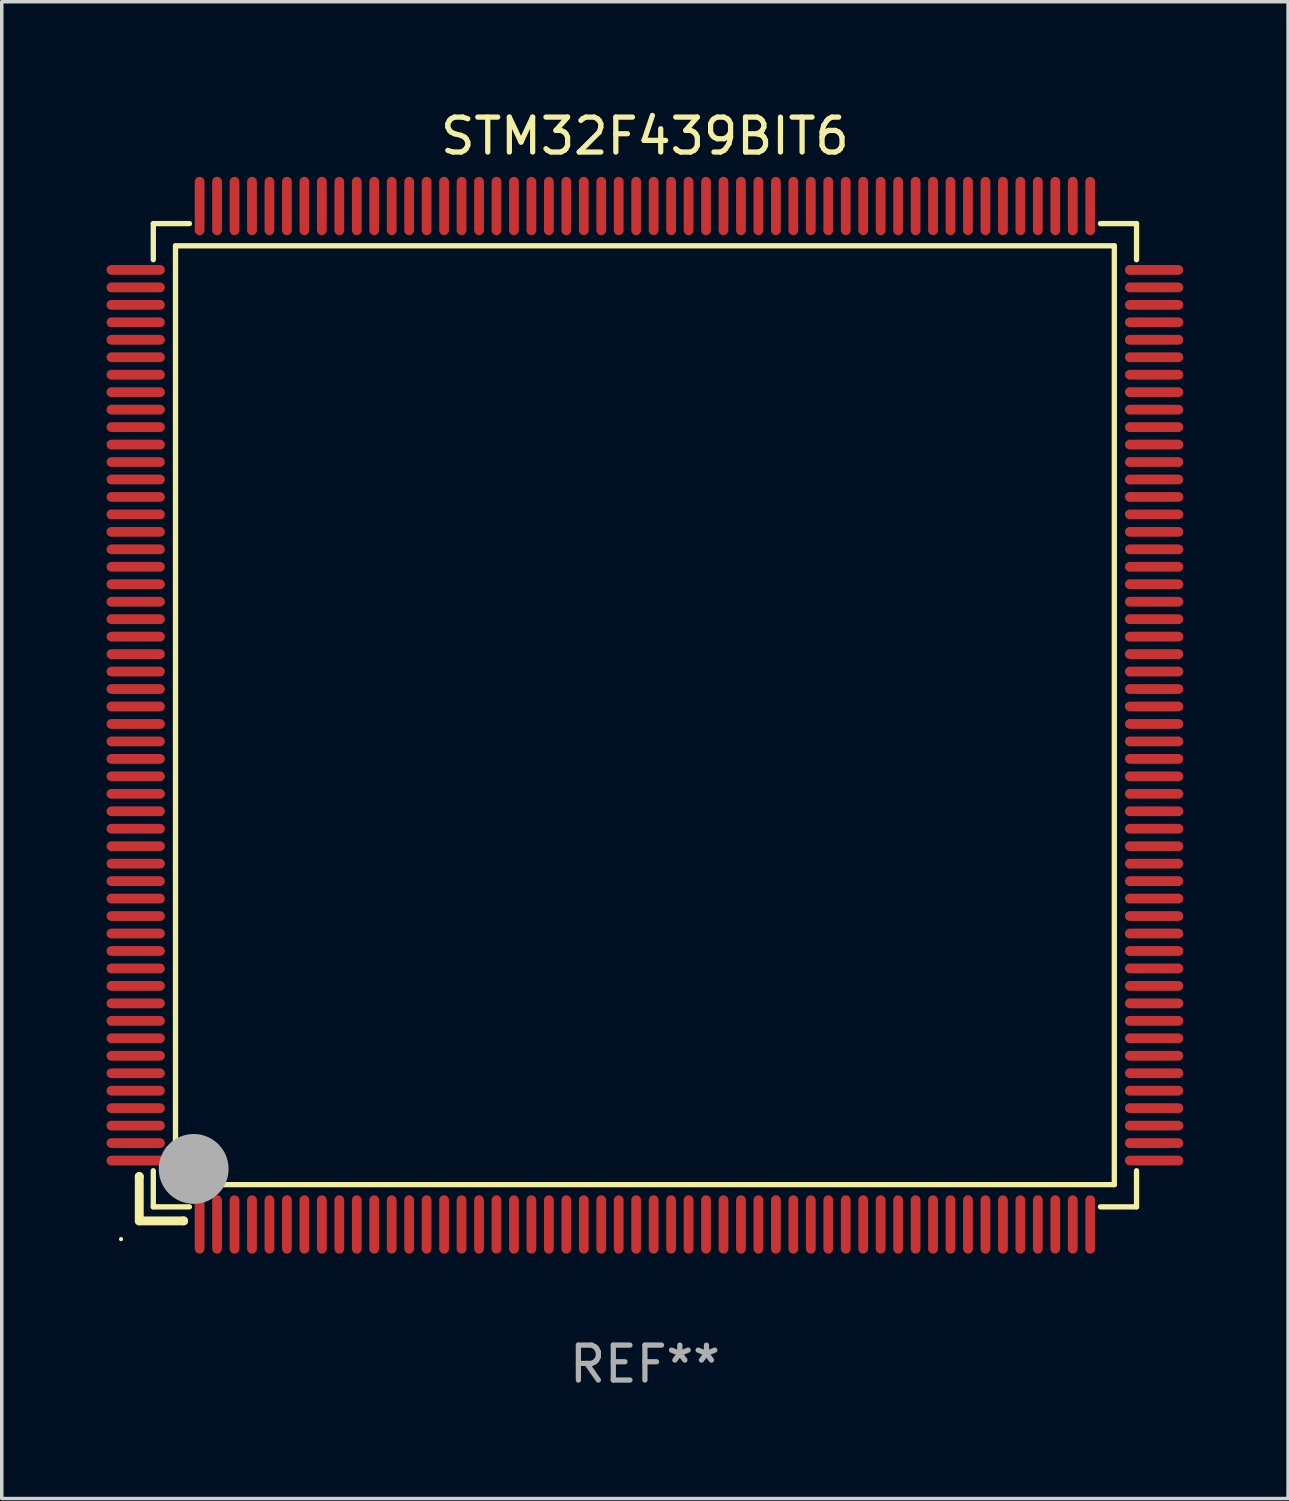
<source format=kicad_pcb>
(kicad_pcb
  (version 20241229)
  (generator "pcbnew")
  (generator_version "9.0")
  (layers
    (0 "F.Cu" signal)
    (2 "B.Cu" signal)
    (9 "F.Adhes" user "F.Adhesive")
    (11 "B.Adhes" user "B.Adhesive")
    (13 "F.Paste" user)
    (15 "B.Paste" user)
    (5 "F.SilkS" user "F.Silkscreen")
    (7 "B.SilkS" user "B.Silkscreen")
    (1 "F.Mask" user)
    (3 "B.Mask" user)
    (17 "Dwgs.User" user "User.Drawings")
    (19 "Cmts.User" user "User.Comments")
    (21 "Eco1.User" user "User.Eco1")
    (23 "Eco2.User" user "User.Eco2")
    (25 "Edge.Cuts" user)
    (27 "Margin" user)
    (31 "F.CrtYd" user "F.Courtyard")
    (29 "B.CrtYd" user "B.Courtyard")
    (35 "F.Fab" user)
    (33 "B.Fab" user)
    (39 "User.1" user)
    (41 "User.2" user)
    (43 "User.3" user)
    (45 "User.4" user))
  (footprint "STM32F439BIT6"
    (layer "F.Cu")
    (at 15.415 17.428)
    (property "Reference" "STM32F439BIT6" (at 0 -16.58 0) (layer "F.SilkS") (effects (font (size 1 1) (thickness 0.15))))
    (attr through_hole)
    (fp_line (start -14.478 13.208) (end -14.478 13.208) (stroke (width 0.254) (type solid)) (layer "F.SilkS"))
    (fp_line (start -14.478 13.208) (end -14.478 14.478) (stroke (width 0.254) (type solid)) (layer "F.SilkS"))
    (fp_line (start -14.478 14.478) (end -13.208 14.478) (stroke (width 0.254) (type solid)) (layer "F.SilkS"))
    (fp_line (start -14.076 -14.076) (end -14.076 -13.042) (stroke (width 0.152) (type solid)) (layer "F.SilkS"))
    (fp_line (start -14.076 14.076) (end -14.076 13.042) (stroke (width 0.152) (type solid)) (layer "F.SilkS"))
    (fp_line (start -13.44 -13.44) (end 13.44 -13.44) (stroke (width 0.152) (type solid)) (layer "F.SilkS"))
    (fp_line (start -13.44 13.44) (end -13.44 -13.44) (stroke (width 0.152) (type solid)) (layer "F.SilkS"))
    (fp_line (start -13.208 14.478) (end -13.208 14.478) (stroke (width 0.254) (type solid)) (layer "F.SilkS"))
    (fp_line (start -13.042 -14.076) (end -14.076 -14.076) (stroke (width 0.152) (type solid)) (layer "F.SilkS"))
    (fp_line (start -13.042 14.076) (end -14.076 14.076) (stroke (width 0.152) (type solid)) (layer "F.SilkS"))
    (fp_line (start 13.042 -14.076) (end 14.076 -14.076) (stroke (width 0.152) (type solid)) (layer "F.SilkS"))
    (fp_line (start 13.042 14.076) (end 14.076 14.076) (stroke (width 0.152) (type solid)) (layer "F.SilkS"))
    (fp_line (start 13.44 -13.44) (end 13.44 13.44) (stroke (width 0.152) (type solid)) (layer "F.SilkS"))
    (fp_line (start 13.44 13.44) (end -13.44 13.44) (stroke (width 0.152) (type solid)) (layer "F.SilkS"))
    (fp_line (start 14.076 -14.076) (end 14.076 -13.042) (stroke (width 0.152) (type solid)) (layer "F.SilkS"))
    (fp_line (start 14.076 14.076) (end 14.076 13.042) (stroke (width 0.152) (type solid)) (layer "F.SilkS"))
    (fp_circle (center -15 15) (end -14.97 15) (stroke (width 0.06) (type solid)) (fill no) (layer "F.SilkS"))
    (fp_circle (center -13.138 13.138) (end -13.063 13.138) (stroke (width 0.15) (type solid)) (fill no) (layer "F.SilkS"))
    (fp_circle (center -12.92 12.99) (end -12.42 12.99) (stroke (width 1) (type solid)) (fill no) (layer "F.Fab"))
    (fp_text user "REF**" (at 0 18.58 0) (layer "F.Fab") (effects (font (size 1 1) (thickness 0.15))))
    (pad "1" smd oval (at -12.75 14.58) (size 0.28 1.67) (layers "F.Cu" "F.Mask" "F.Paste"))
    (pad "2" smd oval (at -12.25 14.58) (size 0.28 1.67) (layers "F.Cu" "F.Mask" "F.Paste"))
    (pad "3" smd oval (at -11.75 14.58) (size 0.28 1.67) (layers "F.Cu" "F.Mask" "F.Paste"))
    (pad "4" smd oval (at -11.25 14.58) (size 0.28 1.67) (layers "F.Cu" "F.Mask" "F.Paste"))
    (pad "5" smd oval (at -10.75 14.58) (size 0.28 1.67) (layers "F.Cu" "F.Mask" "F.Paste"))
    (pad "6" smd oval (at -10.25 14.58) (size 0.28 1.67) (layers "F.Cu" "F.Mask" "F.Paste"))
    (pad "7" smd oval (at -9.75 14.58) (size 0.28 1.67) (layers "F.Cu" "F.Mask" "F.Paste"))
    (pad "8" smd oval (at -9.25 14.58) (size 0.28 1.67) (layers "F.Cu" "F.Mask" "F.Paste"))
    (pad "9" smd oval (at -8.75 14.58) (size 0.28 1.67) (layers "F.Cu" "F.Mask" "F.Paste"))
    (pad "10" smd oval (at -8.25 14.58) (size 0.28 1.67) (layers "F.Cu" "F.Mask" "F.Paste"))
    (pad "11" smd oval (at -7.75 14.58) (size 0.28 1.67) (layers "F.Cu" "F.Mask" "F.Paste"))
    (pad "12" smd oval (at -7.25 14.58) (size 0.28 1.67) (layers "F.Cu" "F.Mask" "F.Paste"))
    (pad "13" smd oval (at -6.75 14.58) (size 0.28 1.67) (layers "F.Cu" "F.Mask" "F.Paste"))
    (pad "14" smd oval (at -6.25 14.58) (size 0.28 1.67) (layers "F.Cu" "F.Mask" "F.Paste"))
    (pad "15" smd oval (at -5.75 14.58) (size 0.28 1.67) (layers "F.Cu" "F.Mask" "F.Paste"))
    (pad "16" smd oval (at -5.25 14.58) (size 0.28 1.67) (layers "F.Cu" "F.Mask" "F.Paste"))
    (pad "17" smd oval (at -4.75 14.58) (size 0.28 1.67) (layers "F.Cu" "F.Mask" "F.Paste"))
    (pad "18" smd oval (at -4.25 14.58) (size 0.28 1.67) (layers "F.Cu" "F.Mask" "F.Paste"))
    (pad "19" smd oval (at -3.75 14.58) (size 0.28 1.67) (layers "F.Cu" "F.Mask" "F.Paste"))
    (pad "20" smd oval (at -3.25 14.58) (size 0.28 1.67) (layers "F.Cu" "F.Mask" "F.Paste"))
    (pad "21" smd oval (at -2.75 14.58) (size 0.28 1.67) (layers "F.Cu" "F.Mask" "F.Paste"))
    (pad "22" smd oval (at -2.25 14.58) (size 0.28 1.67) (layers "F.Cu" "F.Mask" "F.Paste"))
    (pad "23" smd oval (at -1.75 14.58) (size 0.28 1.67) (layers "F.Cu" "F.Mask" "F.Paste"))
    (pad "24" smd oval (at -1.25 14.58) (size 0.28 1.67) (layers "F.Cu" "F.Mask" "F.Paste"))
    (pad "25" smd oval (at -0.75 14.58) (size 0.28 1.67) (layers "F.Cu" "F.Mask" "F.Paste"))
    (pad "26" smd oval (at -0.25 14.58) (size 0.28 1.67) (layers "F.Cu" "F.Mask" "F.Paste"))
    (pad "27" smd oval (at 0.25 14.58) (size 0.28 1.67) (layers "F.Cu" "F.Mask" "F.Paste"))
    (pad "28" smd oval (at 0.75 14.58) (size 0.28 1.67) (layers "F.Cu" "F.Mask" "F.Paste"))
    (pad "29" smd oval (at 1.25 14.58) (size 0.28 1.67) (layers "F.Cu" "F.Mask" "F.Paste"))
    (pad "30" smd oval (at 1.75 14.58) (size 0.28 1.67) (layers "F.Cu" "F.Mask" "F.Paste"))
    (pad "31" smd oval (at 2.25 14.58) (size 0.28 1.67) (layers "F.Cu" "F.Mask" "F.Paste"))
    (pad "32" smd oval (at 2.75 14.58) (size 0.28 1.67) (layers "F.Cu" "F.Mask" "F.Paste"))
    (pad "33" smd oval (at 3.25 14.58) (size 0.28 1.67) (layers "F.Cu" "F.Mask" "F.Paste"))
    (pad "34" smd oval (at 3.75 14.58) (size 0.28 1.67) (layers "F.Cu" "F.Mask" "F.Paste"))
    (pad "35" smd oval (at 4.25 14.58) (size 0.28 1.67) (layers "F.Cu" "F.Mask" "F.Paste"))
    (pad "36" smd oval (at 4.75 14.58) (size 0.28 1.67) (layers "F.Cu" "F.Mask" "F.Paste"))
    (pad "37" smd oval (at 5.25 14.58) (size 0.28 1.67) (layers "F.Cu" "F.Mask" "F.Paste"))
    (pad "38" smd oval (at 5.75 14.58) (size 0.28 1.67) (layers "F.Cu" "F.Mask" "F.Paste"))
    (pad "39" smd oval (at 6.25 14.58) (size 0.28 1.67) (layers "F.Cu" "F.Mask" "F.Paste"))
    (pad "40" smd oval (at 6.75 14.58) (size 0.28 1.67) (layers "F.Cu" "F.Mask" "F.Paste"))
    (pad "41" smd oval (at 7.25 14.58) (size 0.28 1.67) (layers "F.Cu" "F.Mask" "F.Paste"))
    (pad "42" smd oval (at 7.75 14.58) (size 0.28 1.67) (layers "F.Cu" "F.Mask" "F.Paste"))
    (pad "43" smd oval (at 8.25 14.58) (size 0.28 1.67) (layers "F.Cu" "F.Mask" "F.Paste"))
    (pad "44" smd oval (at 8.75 14.58) (size 0.28 1.67) (layers "F.Cu" "F.Mask" "F.Paste"))
    (pad "45" smd oval (at 9.25 14.58) (size 0.28 1.67) (layers "F.Cu" "F.Mask" "F.Paste"))
    (pad "46" smd oval (at 9.75 14.58) (size 0.28 1.67) (layers "F.Cu" "F.Mask" "F.Paste"))
    (pad "47" smd oval (at 10.25 14.58) (size 0.28 1.67) (layers "F.Cu" "F.Mask" "F.Paste"))
    (pad "48" smd oval (at 10.75 14.58) (size 0.28 1.67) (layers "F.Cu" "F.Mask" "F.Paste"))
    (pad "49" smd oval (at 11.25 14.58) (size 0.28 1.67) (layers "F.Cu" "F.Mask" "F.Paste"))
    (pad "50" smd oval (at 11.75 14.58) (size 0.28 1.67) (layers "F.Cu" "F.Mask" "F.Paste"))
    (pad "51" smd oval (at 12.25 14.58) (size 0.28 1.67) (layers "F.Cu" "F.Mask" "F.Paste"))
    (pad "52" smd oval (at 12.75 14.58) (size 0.28 1.67) (layers "F.Cu" "F.Mask" "F.Paste"))
    (pad "53" smd oval (at 14.58 12.75) (size 1.67 0.28) (layers "F.Cu" "F.Mask" "F.Paste"))
    (pad "54" smd oval (at 14.58 12.25) (size 1.67 0.28) (layers "F.Cu" "F.Mask" "F.Paste"))
    (pad "55" smd oval (at 14.58 11.75) (size 1.67 0.28) (layers "F.Cu" "F.Mask" "F.Paste"))
    (pad "56" smd oval (at 14.58 11.25) (size 1.67 0.28) (layers "F.Cu" "F.Mask" "F.Paste"))
    (pad "57" smd oval (at 14.58 10.75) (size 1.67 0.28) (layers "F.Cu" "F.Mask" "F.Paste"))
    (pad "58" smd oval (at 14.58 10.25) (size 1.67 0.28) (layers "F.Cu" "F.Mask" "F.Paste"))
    (pad "59" smd oval (at 14.58 9.75) (size 1.67 0.28) (layers "F.Cu" "F.Mask" "F.Paste"))
    (pad "60" smd oval (at 14.58 9.25) (size 1.67 0.28) (layers "F.Cu" "F.Mask" "F.Paste"))
    (pad "61" smd oval (at 14.58 8.75) (size 1.67 0.28) (layers "F.Cu" "F.Mask" "F.Paste"))
    (pad "62" smd oval (at 14.58 8.25) (size 1.67 0.28) (layers "F.Cu" "F.Mask" "F.Paste"))
    (pad "63" smd oval (at 14.58 7.75) (size 1.67 0.28) (layers "F.Cu" "F.Mask" "F.Paste"))
    (pad "64" smd oval (at 14.58 7.25) (size 1.67 0.28) (layers "F.Cu" "F.Mask" "F.Paste"))
    (pad "65" smd oval (at 14.58 6.75) (size 1.67 0.28) (layers "F.Cu" "F.Mask" "F.Paste"))
    (pad "66" smd oval (at 14.58 6.25) (size 1.67 0.28) (layers "F.Cu" "F.Mask" "F.Paste"))
    (pad "67" smd oval (at 14.58 5.75) (size 1.67 0.28) (layers "F.Cu" "F.Mask" "F.Paste"))
    (pad "68" smd oval (at 14.58 5.25) (size 1.67 0.28) (layers "F.Cu" "F.Mask" "F.Paste"))
    (pad "69" smd oval (at 14.58 4.75) (size 1.67 0.28) (layers "F.Cu" "F.Mask" "F.Paste"))
    (pad "70" smd oval (at 14.58 4.25) (size 1.67 0.28) (layers "F.Cu" "F.Mask" "F.Paste"))
    (pad "71" smd oval (at 14.58 3.75) (size 1.67 0.28) (layers "F.Cu" "F.Mask" "F.Paste"))
    (pad "72" smd oval (at 14.58 3.25) (size 1.67 0.28) (layers "F.Cu" "F.Mask" "F.Paste"))
    (pad "73" smd oval (at 14.58 2.75) (size 1.67 0.28) (layers "F.Cu" "F.Mask" "F.Paste"))
    (pad "74" smd oval (at 14.58 2.25) (size 1.67 0.28) (layers "F.Cu" "F.Mask" "F.Paste"))
    (pad "75" smd oval (at 14.58 1.75) (size 1.67 0.28) (layers "F.Cu" "F.Mask" "F.Paste"))
    (pad "76" smd oval (at 14.58 1.25) (size 1.67 0.28) (layers "F.Cu" "F.Mask" "F.Paste"))
    (pad "77" smd oval (at 14.58 0.75) (size 1.67 0.28) (layers "F.Cu" "F.Mask" "F.Paste"))
    (pad "78" smd oval (at 14.58 0.25) (size 1.67 0.28) (layers "F.Cu" "F.Mask" "F.Paste"))
    (pad "79" smd oval (at 14.58 -0.25) (size 1.67 0.28) (layers "F.Cu" "F.Mask" "F.Paste"))
    (pad "80" smd oval (at 14.58 -0.75) (size 1.67 0.28) (layers "F.Cu" "F.Mask" "F.Paste"))
    (pad "81" smd oval (at 14.58 -1.25) (size 1.67 0.28) (layers "F.Cu" "F.Mask" "F.Paste"))
    (pad "82" smd oval (at 14.58 -1.75) (size 1.67 0.28) (layers "F.Cu" "F.Mask" "F.Paste"))
    (pad "83" smd oval (at 14.58 -2.25) (size 1.67 0.28) (layers "F.Cu" "F.Mask" "F.Paste"))
    (pad "84" smd oval (at 14.58 -2.75) (size 1.67 0.28) (layers "F.Cu" "F.Mask" "F.Paste"))
    (pad "85" smd oval (at 14.58 -3.25) (size 1.67 0.28) (layers "F.Cu" "F.Mask" "F.Paste"))
    (pad "86" smd oval (at 14.58 -3.75) (size 1.67 0.28) (layers "F.Cu" "F.Mask" "F.Paste"))
    (pad "87" smd oval (at 14.58 -4.25) (size 1.67 0.28) (layers "F.Cu" "F.Mask" "F.Paste"))
    (pad "88" smd oval (at 14.58 -4.75) (size 1.67 0.28) (layers "F.Cu" "F.Mask" "F.Paste"))
    (pad "89" smd oval (at 14.58 -5.25) (size 1.67 0.28) (layers "F.Cu" "F.Mask" "F.Paste"))
    (pad "90" smd oval (at 14.58 -5.75) (size 1.67 0.28) (layers "F.Cu" "F.Mask" "F.Paste"))
    (pad "91" smd oval (at 14.58 -6.25) (size 1.67 0.28) (layers "F.Cu" "F.Mask" "F.Paste"))
    (pad "92" smd oval (at 14.58 -6.75) (size 1.67 0.28) (layers "F.Cu" "F.Mask" "F.Paste"))
    (pad "93" smd oval (at 14.58 -7.25) (size 1.67 0.28) (layers "F.Cu" "F.Mask" "F.Paste"))
    (pad "94" smd oval (at 14.58 -7.75) (size 1.67 0.28) (layers "F.Cu" "F.Mask" "F.Paste"))
    (pad "95" smd oval (at 14.58 -8.25) (size 1.67 0.28) (layers "F.Cu" "F.Mask" "F.Paste"))
    (pad "96" smd oval (at 14.58 -8.75) (size 1.67 0.28) (layers "F.Cu" "F.Mask" "F.Paste"))
    (pad "97" smd oval (at 14.58 -9.25) (size 1.67 0.28) (layers "F.Cu" "F.Mask" "F.Paste"))
    (pad "98" smd oval (at 14.58 -9.75) (size 1.67 0.28) (layers "F.Cu" "F.Mask" "F.Paste"))
    (pad "99" smd oval (at 14.58 -10.25) (size 1.67 0.28) (layers "F.Cu" "F.Mask" "F.Paste"))
    (pad "100" smd oval (at 14.58 -10.75) (size 1.67 0.28) (layers "F.Cu" "F.Mask" "F.Paste"))
    (pad "101" smd oval (at 14.58 -11.25) (size 1.67 0.28) (layers "F.Cu" "F.Mask" "F.Paste"))
    (pad "102" smd oval (at 14.58 -11.75) (size 1.67 0.28) (layers "F.Cu" "F.Mask" "F.Paste"))
    (pad "103" smd oval (at 14.58 -12.25) (size 1.67 0.28) (layers "F.Cu" "F.Mask" "F.Paste"))
    (pad "104" smd oval (at 14.58 -12.75) (size 1.67 0.28) (layers "F.Cu" "F.Mask" "F.Paste"))
    (pad "105" smd oval (at 12.75 -14.58) (size 0.28 1.67) (layers "F.Cu" "F.Mask" "F.Paste"))
    (pad "106" smd oval (at 12.25 -14.58) (size 0.28 1.67) (layers "F.Cu" "F.Mask" "F.Paste"))
    (pad "107" smd oval (at 11.75 -14.58) (size 0.28 1.67) (layers "F.Cu" "F.Mask" "F.Paste"))
    (pad "108" smd oval (at 11.25 -14.58) (size 0.28 1.67) (layers "F.Cu" "F.Mask" "F.Paste"))
    (pad "109" smd oval (at 10.75 -14.58) (size 0.28 1.67) (layers "F.Cu" "F.Mask" "F.Paste"))
    (pad "110" smd oval (at 10.25 -14.58) (size 0.28 1.67) (layers "F.Cu" "F.Mask" "F.Paste"))
    (pad "111" smd oval (at 9.75 -14.58) (size 0.28 1.67) (layers "F.Cu" "F.Mask" "F.Paste"))
    (pad "112" smd oval (at 9.25 -14.58) (size 0.28 1.67) (layers "F.Cu" "F.Mask" "F.Paste"))
    (pad "113" smd oval (at 8.75 -14.58) (size 0.28 1.67) (layers "F.Cu" "F.Mask" "F.Paste"))
    (pad "114" smd oval (at 8.25 -14.58) (size 0.28 1.67) (layers "F.Cu" "F.Mask" "F.Paste"))
    (pad "115" smd oval (at 7.75 -14.58) (size 0.28 1.67) (layers "F.Cu" "F.Mask" "F.Paste"))
    (pad "116" smd oval (at 7.25 -14.58) (size 0.28 1.67) (layers "F.Cu" "F.Mask" "F.Paste"))
    (pad "117" smd oval (at 6.75 -14.58) (size 0.28 1.67) (layers "F.Cu" "F.Mask" "F.Paste"))
    (pad "118" smd oval (at 6.25 -14.58) (size 0.28 1.67) (layers "F.Cu" "F.Mask" "F.Paste"))
    (pad "119" smd oval (at 5.75 -14.58) (size 0.28 1.67) (layers "F.Cu" "F.Mask" "F.Paste"))
    (pad "120" smd oval (at 5.25 -14.58) (size 0.28 1.67) (layers "F.Cu" "F.Mask" "F.Paste"))
    (pad "121" smd oval (at 4.75 -14.58) (size 0.28 1.67) (layers "F.Cu" "F.Mask" "F.Paste"))
    (pad "122" smd oval (at 4.25 -14.58) (size 0.28 1.67) (layers "F.Cu" "F.Mask" "F.Paste"))
    (pad "123" smd oval (at 3.75 -14.58) (size 0.28 1.67) (layers "F.Cu" "F.Mask" "F.Paste"))
    (pad "124" smd oval (at 3.25 -14.58) (size 0.28 1.67) (layers "F.Cu" "F.Mask" "F.Paste"))
    (pad "125" smd oval (at 2.75 -14.58) (size 0.28 1.67) (layers "F.Cu" "F.Mask" "F.Paste"))
    (pad "126" smd oval (at 2.25 -14.58) (size 0.28 1.67) (layers "F.Cu" "F.Mask" "F.Paste"))
    (pad "127" smd oval (at 1.75 -14.58) (size 0.28 1.67) (layers "F.Cu" "F.Mask" "F.Paste"))
    (pad "128" smd oval (at 1.25 -14.58) (size 0.28 1.67) (layers "F.Cu" "F.Mask" "F.Paste"))
    (pad "129" smd oval (at 0.75 -14.58) (size 0.28 1.67) (layers "F.Cu" "F.Mask" "F.Paste"))
    (pad "130" smd oval (at 0.25 -14.58) (size 0.28 1.67) (layers "F.Cu" "F.Mask" "F.Paste"))
    (pad "131" smd oval (at -0.25 -14.58) (size 0.28 1.67) (layers "F.Cu" "F.Mask" "F.Paste"))
    (pad "132" smd oval (at -0.75 -14.58) (size 0.28 1.67) (layers "F.Cu" "F.Mask" "F.Paste"))
    (pad "133" smd oval (at -1.25 -14.58) (size 0.28 1.67) (layers "F.Cu" "F.Mask" "F.Paste"))
    (pad "134" smd oval (at -1.75 -14.58) (size 0.28 1.67) (layers "F.Cu" "F.Mask" "F.Paste"))
    (pad "135" smd oval (at -2.25 -14.58) (size 0.28 1.67) (layers "F.Cu" "F.Mask" "F.Paste"))
    (pad "136" smd oval (at -2.75 -14.58) (size 0.28 1.67) (layers "F.Cu" "F.Mask" "F.Paste"))
    (pad "137" smd oval (at -3.25 -14.58) (size 0.28 1.67) (layers "F.Cu" "F.Mask" "F.Paste"))
    (pad "138" smd oval (at -3.75 -14.58) (size 0.28 1.67) (layers "F.Cu" "F.Mask" "F.Paste"))
    (pad "139" smd oval (at -4.25 -14.58) (size 0.28 1.67) (layers "F.Cu" "F.Mask" "F.Paste"))
    (pad "140" smd oval (at -4.75 -14.58) (size 0.28 1.67) (layers "F.Cu" "F.Mask" "F.Paste"))
    (pad "141" smd oval (at -5.25 -14.58) (size 0.28 1.67) (layers "F.Cu" "F.Mask" "F.Paste"))
    (pad "142" smd oval (at -5.75 -14.58) (size 0.28 1.67) (layers "F.Cu" "F.Mask" "F.Paste"))
    (pad "143" smd oval (at -6.25 -14.58) (size 0.28 1.67) (layers "F.Cu" "F.Mask" "F.Paste"))
    (pad "144" smd oval (at -6.75 -14.58) (size 0.28 1.67) (layers "F.Cu" "F.Mask" "F.Paste"))
    (pad "145" smd oval (at -7.25 -14.58) (size 0.28 1.67) (layers "F.Cu" "F.Mask" "F.Paste"))
    (pad "146" smd oval (at -7.75 -14.58) (size 0.28 1.67) (layers "F.Cu" "F.Mask" "F.Paste"))
    (pad "147" smd oval (at -8.25 -14.58) (size 0.28 1.67) (layers "F.Cu" "F.Mask" "F.Paste"))
    (pad "148" smd oval (at -8.75 -14.58) (size 0.28 1.67) (layers "F.Cu" "F.Mask" "F.Paste"))
    (pad "149" smd oval (at -9.25 -14.58) (size 0.28 1.67) (layers "F.Cu" "F.Mask" "F.Paste"))
    (pad "150" smd oval (at -9.75 -14.58) (size 0.28 1.67) (layers "F.Cu" "F.Mask" "F.Paste"))
    (pad "151" smd oval (at -10.25 -14.58) (size 0.28 1.67) (layers "F.Cu" "F.Mask" "F.Paste"))
    (pad "152" smd oval (at -10.75 -14.58) (size 0.28 1.67) (layers "F.Cu" "F.Mask" "F.Paste"))
    (pad "153" smd oval (at -11.25 -14.58) (size 0.28 1.67) (layers "F.Cu" "F.Mask" "F.Paste"))
    (pad "154" smd oval (at -11.75 -14.58) (size 0.28 1.67) (layers "F.Cu" "F.Mask" "F.Paste"))
    (pad "155" smd oval (at -12.25 -14.58) (size 0.28 1.67) (layers "F.Cu" "F.Mask" "F.Paste"))
    (pad "156" smd oval (at -12.75 -14.58) (size 0.28 1.67) (layers "F.Cu" "F.Mask" "F.Paste"))
    (pad "157" smd oval (at -14.58 -12.75) (size 1.67 0.28) (layers "F.Cu" "F.Mask" "F.Paste"))
    (pad "158" smd oval (at -14.58 -12.25) (size 1.67 0.28) (layers "F.Cu" "F.Mask" "F.Paste"))
    (pad "159" smd oval (at -14.58 -11.75) (size 1.67 0.28) (layers "F.Cu" "F.Mask" "F.Paste"))
    (pad "160" smd oval (at -14.58 -11.25) (size 1.67 0.28) (layers "F.Cu" "F.Mask" "F.Paste"))
    (pad "161" smd oval (at -14.58 -10.75) (size 1.67 0.28) (layers "F.Cu" "F.Mask" "F.Paste"))
    (pad "162" smd oval (at -14.58 -10.25) (size 1.67 0.28) (layers "F.Cu" "F.Mask" "F.Paste"))
    (pad "163" smd oval (at -14.58 -9.75) (size 1.67 0.28) (layers "F.Cu" "F.Mask" "F.Paste"))
    (pad "164" smd oval (at -14.58 -9.25) (size 1.67 0.28) (layers "F.Cu" "F.Mask" "F.Paste"))
    (pad "165" smd oval (at -14.58 -8.75) (size 1.67 0.28) (layers "F.Cu" "F.Mask" "F.Paste"))
    (pad "166" smd oval (at -14.58 -8.25) (size 1.67 0.28) (layers "F.Cu" "F.Mask" "F.Paste"))
    (pad "167" smd oval (at -14.58 -7.75) (size 1.67 0.28) (layers "F.Cu" "F.Mask" "F.Paste"))
    (pad "168" smd oval (at -14.58 -7.25) (size 1.67 0.28) (layers "F.Cu" "F.Mask" "F.Paste"))
    (pad "169" smd oval (at -14.58 -6.75) (size 1.67 0.28) (layers "F.Cu" "F.Mask" "F.Paste"))
    (pad "170" smd oval (at -14.58 -6.25) (size 1.67 0.28) (layers "F.Cu" "F.Mask" "F.Paste"))
    (pad "171" smd oval (at -14.58 -5.75) (size 1.67 0.28) (layers "F.Cu" "F.Mask" "F.Paste"))
    (pad "172" smd oval (at -14.58 -5.25) (size 1.67 0.28) (layers "F.Cu" "F.Mask" "F.Paste"))
    (pad "173" smd oval (at -14.58 -4.75) (size 1.67 0.28) (layers "F.Cu" "F.Mask" "F.Paste"))
    (pad "174" smd oval (at -14.58 -4.25) (size 1.67 0.28) (layers "F.Cu" "F.Mask" "F.Paste"))
    (pad "175" smd oval (at -14.58 -3.75) (size 1.67 0.28) (layers "F.Cu" "F.Mask" "F.Paste"))
    (pad "176" smd oval (at -14.58 -3.25) (size 1.67 0.28) (layers "F.Cu" "F.Mask" "F.Paste"))
    (pad "177" smd oval (at -14.58 -2.75) (size 1.67 0.28) (layers "F.Cu" "F.Mask" "F.Paste"))
    (pad "178" smd oval (at -14.58 -2.25) (size 1.67 0.28) (layers "F.Cu" "F.Mask" "F.Paste"))
    (pad "179" smd oval (at -14.58 -1.75) (size 1.67 0.28) (layers "F.Cu" "F.Mask" "F.Paste"))
    (pad "180" smd oval (at -14.58 -1.25) (size 1.67 0.28) (layers "F.Cu" "F.Mask" "F.Paste"))
    (pad "181" smd oval (at -14.58 -0.75) (size 1.67 0.28) (layers "F.Cu" "F.Mask" "F.Paste"))
    (pad "182" smd oval (at -14.58 -0.25) (size 1.67 0.28) (layers "F.Cu" "F.Mask" "F.Paste"))
    (pad "183" smd oval (at -14.58 0.25) (size 1.67 0.28) (layers "F.Cu" "F.Mask" "F.Paste"))
    (pad "184" smd oval (at -14.58 0.75) (size 1.67 0.28) (layers "F.Cu" "F.Mask" "F.Paste"))
    (pad "185" smd oval (at -14.58 1.25) (size 1.67 0.28) (layers "F.Cu" "F.Mask" "F.Paste"))
    (pad "186" smd oval (at -14.58 1.75) (size 1.67 0.28) (layers "F.Cu" "F.Mask" "F.Paste"))
    (pad "187" smd oval (at -14.58 2.25) (size 1.67 0.28) (layers "F.Cu" "F.Mask" "F.Paste"))
    (pad "188" smd oval (at -14.58 2.75) (size 1.67 0.28) (layers "F.Cu" "F.Mask" "F.Paste"))
    (pad "189" smd oval (at -14.58 3.25) (size 1.67 0.28) (layers "F.Cu" "F.Mask" "F.Paste"))
    (pad "190" smd oval (at -14.58 3.75) (size 1.67 0.28) (layers "F.Cu" "F.Mask" "F.Paste"))
    (pad "191" smd oval (at -14.58 4.25) (size 1.67 0.28) (layers "F.Cu" "F.Mask" "F.Paste"))
    (pad "192" smd oval (at -14.58 4.75) (size 1.67 0.28) (layers "F.Cu" "F.Mask" "F.Paste"))
    (pad "193" smd oval (at -14.58 5.25) (size 1.67 0.28) (layers "F.Cu" "F.Mask" "F.Paste"))
    (pad "194" smd oval (at -14.58 5.75) (size 1.67 0.28) (layers "F.Cu" "F.Mask" "F.Paste"))
    (pad "195" smd oval (at -14.58 6.25) (size 1.67 0.28) (layers "F.Cu" "F.Mask" "F.Paste"))
    (pad "196" smd oval (at -14.58 6.75) (size 1.67 0.28) (layers "F.Cu" "F.Mask" "F.Paste"))
    (pad "197" smd oval (at -14.58 7.25) (size 1.67 0.28) (layers "F.Cu" "F.Mask" "F.Paste"))
    (pad "198" smd oval (at -14.58 7.75) (size 1.67 0.28) (layers "F.Cu" "F.Mask" "F.Paste"))
    (pad "199" smd oval (at -14.58 8.25) (size 1.67 0.28) (layers "F.Cu" "F.Mask" "F.Paste"))
    (pad "200" smd oval (at -14.58 8.75) (size 1.67 0.28) (layers "F.Cu" "F.Mask" "F.Paste"))
    (pad "201" smd oval (at -14.58 9.25) (size 1.67 0.28) (layers "F.Cu" "F.Mask" "F.Paste"))
    (pad "202" smd oval (at -14.58 9.75) (size 1.67 0.28) (layers "F.Cu" "F.Mask" "F.Paste"))
    (pad "203" smd oval (at -14.58 10.25) (size 1.67 0.28) (layers "F.Cu" "F.Mask" "F.Paste"))
    (pad "204" smd oval (at -14.58 10.75) (size 1.67 0.28) (layers "F.Cu" "F.Mask" "F.Paste"))
    (pad "205" smd oval (at -14.58 11.25) (size 1.67 0.28) (layers "F.Cu" "F.Mask" "F.Paste"))
    (pad "206" smd oval (at -14.58 11.75) (size 1.67 0.28) (layers "F.Cu" "F.Mask" "F.Paste"))
    (pad "207" smd oval (at -14.58 12.25) (size 1.67 0.28) (layers "F.Cu" "F.Mask" "F.Paste"))
    (pad "208" smd oval (at -14.58 12.75) (size 1.67 0.28) (layers "F.Cu" "F.Mask" "F.Paste")))
  (gr_rect
    (start -3 -3)
    (end 33.83 39.856)
    (stroke (width 0.1) (type default))
    (fill no)
    (layer "Edge.Cuts")))
</source>
